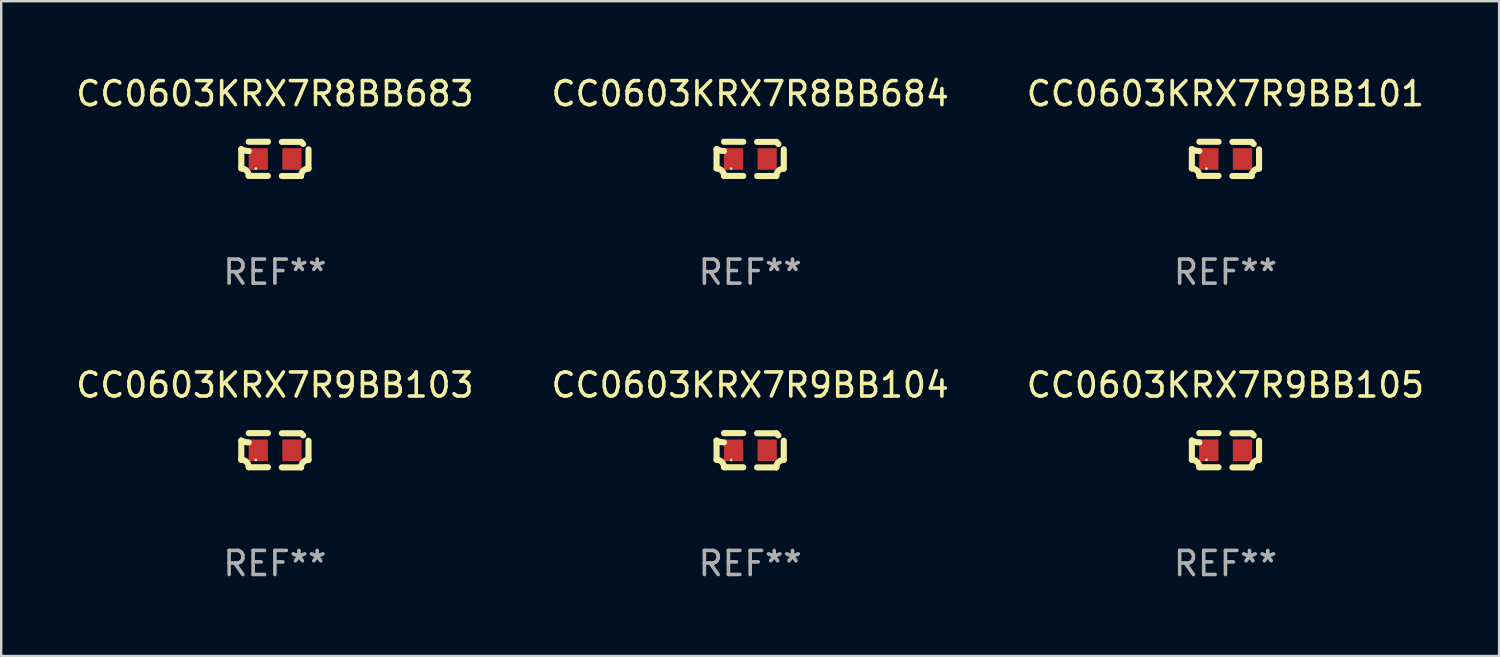
<source format=kicad_pcb>
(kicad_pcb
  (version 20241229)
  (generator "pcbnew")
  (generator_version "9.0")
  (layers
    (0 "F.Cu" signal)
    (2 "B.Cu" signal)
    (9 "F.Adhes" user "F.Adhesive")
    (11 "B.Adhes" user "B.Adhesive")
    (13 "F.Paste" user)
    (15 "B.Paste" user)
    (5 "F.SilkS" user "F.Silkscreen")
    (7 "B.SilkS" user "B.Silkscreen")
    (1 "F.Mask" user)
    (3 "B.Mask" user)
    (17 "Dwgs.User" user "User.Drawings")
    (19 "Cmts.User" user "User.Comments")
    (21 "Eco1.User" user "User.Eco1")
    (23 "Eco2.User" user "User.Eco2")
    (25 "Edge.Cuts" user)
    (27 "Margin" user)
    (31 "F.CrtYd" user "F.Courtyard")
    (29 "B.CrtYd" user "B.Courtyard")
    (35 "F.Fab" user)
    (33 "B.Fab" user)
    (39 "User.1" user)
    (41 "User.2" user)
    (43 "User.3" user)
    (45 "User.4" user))
  (footprint "CC0603KRX7R9BB103"
    (layer "F.Cu")
    (at 8.387 15.683)
    (property "Reference" "CC0603KRX7R9BB103" (at 0 -2.713 0) (layer "F.SilkS") (effects (font (size 1 1) (thickness 0.15))))
    (attr through_hole)
    (fp_line (start -1.398 -0.403) (end -1.398 0.397) (stroke (width 0.254) (type solid)) (layer "F.SilkS"))
    (fp_line (start -0.288 -0.713) (end -1.088 -0.713) (stroke (width 0.254) (type solid)) (layer "F.SilkS"))
    (fp_line (start -0.288 0.707) (end -1.088 0.707) (stroke (width 0.254) (type solid)) (layer "F.SilkS"))
    (fp_line (start 0.288 -0.707) (end 1.088 -0.707) (stroke (width 0.254) (type solid)) (layer "F.SilkS"))
    (fp_line (start 0.288 0.713) (end 1.088 0.713) (stroke (width 0.254) (type solid)) (layer "F.SilkS"))
    (fp_line (start 1.398 -0.397) (end 1.398 0.403) (stroke (width 0.254) (type solid)) (layer "F.SilkS"))
    (fp_arc (start -1.397789 0.397066) (mid -1.178701 0.487826) (end -1.08796 0.706922) (stroke (width 0.254001) (type solid)) (layer "F.SilkS"))
    (fp_arc (start -1.08796 -0.327176) (mid -1.247436 -0.346384) (end -1.39779 -0.402908) (stroke (width 0.254001) (type solid)) (layer "F.SilkS"))
    (fp_arc (start 1.087909 0.712738) (mid 1.178656 0.493655) (end 1.397739 0.402908) (stroke (width 0.254001) (type solid)) (layer "F.SilkS"))
    (fp_arc (start 1.175925 -0.618926) (mid 1.131917 -0.662923) (end 1.08791 -0.706922) (stroke (width 0.254001) (type solid)) (layer "F.SilkS"))
    (fp_circle (center -0.792 0.403) (end -0.762 0.403) (stroke (width 0.06) (type solid)) (fill no) (layer "F.SilkS"))
    (fp_text user "REF**" (at 0 4.713 0) (layer "F.Fab") (effects (font (size 1 1) (thickness 0.15))))
    (pad "1" smd rect (at -0.692 0.003) (size 0.8 0.9) (layers "F.Cu" "F.Mask" "F.Paste"))
    (pad "2" smd rect (at 0.708 0.003) (size 0.8 0.9) (layers "F.Cu" "F.Mask" "F.Paste")))
  (footprint "CC0603KRX7R8BB684"
    (layer "F.Cu")
    (at 28.161 3.561)
    (property "Reference" "CC0603KRX7R8BB684" (at 0 -2.713 0) (layer "F.SilkS") (effects (font (size 1 1) (thickness 0.15))))
    (attr through_hole)
    (fp_line (start -1.398 -0.403) (end -1.398 0.397) (stroke (width 0.254) (type solid)) (layer "F.SilkS"))
    (fp_line (start -0.288 -0.713) (end -1.088 -0.713) (stroke (width 0.254) (type solid)) (layer "F.SilkS"))
    (fp_line (start -0.288 0.707) (end -1.088 0.707) (stroke (width 0.254) (type solid)) (layer "F.SilkS"))
    (fp_line (start 0.288 -0.707) (end 1.088 -0.707) (stroke (width 0.254) (type solid)) (layer "F.SilkS"))
    (fp_line (start 0.288 0.713) (end 1.088 0.713) (stroke (width 0.254) (type solid)) (layer "F.SilkS"))
    (fp_line (start 1.398 -0.397) (end 1.398 0.403) (stroke (width 0.254) (type solid)) (layer "F.SilkS"))
    (fp_arc (start -1.397789 0.397066) (mid -1.178701 0.487826) (end -1.08796 0.706922) (stroke (width 0.254001) (type solid)) (layer "F.SilkS"))
    (fp_arc (start -1.08796 -0.327176) (mid -1.247436 -0.346384) (end -1.39779 -0.402908) (stroke (width 0.254001) (type solid)) (layer "F.SilkS"))
    (fp_arc (start 1.087909 0.712738) (mid 1.178656 0.493655) (end 1.397739 0.402908) (stroke (width 0.254001) (type solid)) (layer "F.SilkS"))
    (fp_arc (start 1.175925 -0.618926) (mid 1.131917 -0.662923) (end 1.08791 -0.706922) (stroke (width 0.254001) (type solid)) (layer "F.SilkS"))
    (fp_circle (center -0.792 0.403) (end -0.762 0.403) (stroke (width 0.06) (type solid)) (fill no) (layer "F.SilkS"))
    (fp_text user "REF**" (at 0 4.713 0) (layer "F.Fab") (effects (font (size 1 1) (thickness 0.15))))
    (pad "1" smd rect (at -0.692 0.003) (size 0.8 0.9) (layers "F.Cu" "F.Mask" "F.Paste"))
    (pad "2" smd rect (at 0.708 0.003) (size 0.8 0.9) (layers "F.Cu" "F.Mask" "F.Paste")))
  (footprint "CC0603KRX7R9BB105"
    (layer "F.Cu")
    (at 47.935 15.683)
    (property "Reference" "CC0603KRX7R9BB105" (at 0 -2.713 0) (layer "F.SilkS") (effects (font (size 1 1) (thickness 0.15))))
    (attr through_hole)
    (fp_line (start -1.398 -0.403) (end -1.398 0.397) (stroke (width 0.254) (type solid)) (layer "F.SilkS"))
    (fp_line (start -0.288 -0.713) (end -1.088 -0.713) (stroke (width 0.254) (type solid)) (layer "F.SilkS"))
    (fp_line (start -0.288 0.707) (end -1.088 0.707) (stroke (width 0.254) (type solid)) (layer "F.SilkS"))
    (fp_line (start 0.288 -0.707) (end 1.088 -0.707) (stroke (width 0.254) (type solid)) (layer "F.SilkS"))
    (fp_line (start 0.288 0.713) (end 1.088 0.713) (stroke (width 0.254) (type solid)) (layer "F.SilkS"))
    (fp_line (start 1.398 -0.397) (end 1.398 0.403) (stroke (width 0.254) (type solid)) (layer "F.SilkS"))
    (fp_arc (start -1.397789 0.397066) (mid -1.178701 0.487826) (end -1.08796 0.706922) (stroke (width 0.254001) (type solid)) (layer "F.SilkS"))
    (fp_arc (start -1.08796 -0.327176) (mid -1.247436 -0.346384) (end -1.39779 -0.402908) (stroke (width 0.254001) (type solid)) (layer "F.SilkS"))
    (fp_arc (start 1.087909 0.712738) (mid 1.178656 0.493655) (end 1.397739 0.402908) (stroke (width 0.254001) (type solid)) (layer "F.SilkS"))
    (fp_arc (start 1.175925 -0.618926) (mid 1.131917 -0.662923) (end 1.08791 -0.706922) (stroke (width 0.254001) (type solid)) (layer "F.SilkS"))
    (fp_circle (center -0.792 0.403) (end -0.762 0.403) (stroke (width 0.06) (type solid)) (fill no) (layer "F.SilkS"))
    (fp_text user "REF**" (at 0 4.713 0) (layer "F.Fab") (effects (font (size 1 1) (thickness 0.15))))
    (pad "1" smd rect (at -0.692 0.003) (size 0.8 0.9) (layers "F.Cu" "F.Mask" "F.Paste"))
    (pad "2" smd rect (at 0.708 0.003) (size 0.8 0.9) (layers "F.Cu" "F.Mask" "F.Paste")))
  (footprint "CC0603KRX7R8BB683"
    (layer "F.Cu")
    (at 8.387 3.561)
    (property "Reference" "CC0603KRX7R8BB683" (at 0 -2.713 0) (layer "F.SilkS") (effects (font (size 1 1) (thickness 0.15))))
    (attr through_hole)
    (fp_line (start -1.398 -0.403) (end -1.398 0.397) (stroke (width 0.254) (type solid)) (layer "F.SilkS"))
    (fp_line (start -0.288 -0.713) (end -1.088 -0.713) (stroke (width 0.254) (type solid)) (layer "F.SilkS"))
    (fp_line (start -0.288 0.707) (end -1.088 0.707) (stroke (width 0.254) (type solid)) (layer "F.SilkS"))
    (fp_line (start 0.288 -0.707) (end 1.088 -0.707) (stroke (width 0.254) (type solid)) (layer "F.SilkS"))
    (fp_line (start 0.288 0.713) (end 1.088 0.713) (stroke (width 0.254) (type solid)) (layer "F.SilkS"))
    (fp_line (start 1.398 -0.397) (end 1.398 0.403) (stroke (width 0.254) (type solid)) (layer "F.SilkS"))
    (fp_arc (start -1.397789 0.397066) (mid -1.178701 0.487826) (end -1.08796 0.706922) (stroke (width 0.254001) (type solid)) (layer "F.SilkS"))
    (fp_arc (start -1.08796 -0.327176) (mid -1.247436 -0.346384) (end -1.39779 -0.402908) (stroke (width 0.254001) (type solid)) (layer "F.SilkS"))
    (fp_arc (start 1.087909 0.712738) (mid 1.178656 0.493655) (end 1.397739 0.402908) (stroke (width 0.254001) (type solid)) (layer "F.SilkS"))
    (fp_arc (start 1.175925 -0.618926) (mid 1.131917 -0.662923) (end 1.08791 -0.706922) (stroke (width 0.254001) (type solid)) (layer "F.SilkS"))
    (fp_circle (center -0.792 0.403) (end -0.762 0.403) (stroke (width 0.06) (type solid)) (fill no) (layer "F.SilkS"))
    (fp_text user "REF**" (at 0 4.713 0) (layer "F.Fab") (effects (font (size 1 1) (thickness 0.15))))
    (pad "1" smd rect (at -0.692 0.003) (size 0.8 0.9) (layers "F.Cu" "F.Mask" "F.Paste"))
    (pad "2" smd rect (at 0.708 0.003) (size 0.8 0.9) (layers "F.Cu" "F.Mask" "F.Paste")))
  (footprint "CC0603KRX7R9BB104"
    (layer "F.Cu")
    (at 28.161 15.683)
    (property "Reference" "CC0603KRX7R9BB104" (at 0 -2.713 0) (layer "F.SilkS") (effects (font (size 1 1) (thickness 0.15))))
    (attr through_hole)
    (fp_line (start -1.398 -0.403) (end -1.398 0.397) (stroke (width 0.254) (type solid)) (layer "F.SilkS"))
    (fp_line (start -0.288 -0.713) (end -1.088 -0.713) (stroke (width 0.254) (type solid)) (layer "F.SilkS"))
    (fp_line (start -0.288 0.707) (end -1.088 0.707) (stroke (width 0.254) (type solid)) (layer "F.SilkS"))
    (fp_line (start 0.288 -0.707) (end 1.088 -0.707) (stroke (width 0.254) (type solid)) (layer "F.SilkS"))
    (fp_line (start 0.288 0.713) (end 1.088 0.713) (stroke (width 0.254) (type solid)) (layer "F.SilkS"))
    (fp_line (start 1.398 -0.397) (end 1.398 0.403) (stroke (width 0.254) (type solid)) (layer "F.SilkS"))
    (fp_arc (start -1.397789 0.397066) (mid -1.178701 0.487826) (end -1.08796 0.706922) (stroke (width 0.254001) (type solid)) (layer "F.SilkS"))
    (fp_arc (start -1.08796 -0.327176) (mid -1.247436 -0.346384) (end -1.39779 -0.402908) (stroke (width 0.254001) (type solid)) (layer "F.SilkS"))
    (fp_arc (start 1.087909 0.712738) (mid 1.178656 0.493655) (end 1.397739 0.402908) (stroke (width 0.254001) (type solid)) (layer "F.SilkS"))
    (fp_arc (start 1.175925 -0.618926) (mid 1.131917 -0.662923) (end 1.08791 -0.706922) (stroke (width 0.254001) (type solid)) (layer "F.SilkS"))
    (fp_circle (center -0.792 0.403) (end -0.762 0.403) (stroke (width 0.06) (type solid)) (fill no) (layer "F.SilkS"))
    (fp_text user "REF**" (at 0 4.713 0) (layer "F.Fab") (effects (font (size 1 1) (thickness 0.15))))
    (pad "1" smd rect (at -0.692 0.003) (size 0.8 0.9) (layers "F.Cu" "F.Mask" "F.Paste"))
    (pad "2" smd rect (at 0.708 0.003) (size 0.8 0.9) (layers "F.Cu" "F.Mask" "F.Paste")))
  (footprint "CC0603KRX7R9BB101"
    (layer "F.Cu")
    (at 47.935 3.561)
    (property "Reference" "CC0603KRX7R9BB101" (at 0 -2.713 0) (layer "F.SilkS") (effects (font (size 1 1) (thickness 0.15))))
    (attr through_hole)
    (fp_line (start -1.398 -0.403) (end -1.398 0.397) (stroke (width 0.254) (type solid)) (layer "F.SilkS"))
    (fp_line (start -0.288 -0.713) (end -1.088 -0.713) (stroke (width 0.254) (type solid)) (layer "F.SilkS"))
    (fp_line (start -0.288 0.707) (end -1.088 0.707) (stroke (width 0.254) (type solid)) (layer "F.SilkS"))
    (fp_line (start 0.288 -0.707) (end 1.088 -0.707) (stroke (width 0.254) (type solid)) (layer "F.SilkS"))
    (fp_line (start 0.288 0.713) (end 1.088 0.713) (stroke (width 0.254) (type solid)) (layer "F.SilkS"))
    (fp_line (start 1.398 -0.397) (end 1.398 0.403) (stroke (width 0.254) (type solid)) (layer "F.SilkS"))
    (fp_arc (start -1.397789 0.397066) (mid -1.178701 0.487826) (end -1.08796 0.706922) (stroke (width 0.254001) (type solid)) (layer "F.SilkS"))
    (fp_arc (start -1.08796 -0.327176) (mid -1.247436 -0.346384) (end -1.39779 -0.402908) (stroke (width 0.254001) (type solid)) (layer "F.SilkS"))
    (fp_arc (start 1.087909 0.712738) (mid 1.178656 0.493655) (end 1.397739 0.402908) (stroke (width 0.254001) (type solid)) (layer "F.SilkS"))
    (fp_arc (start 1.175925 -0.618926) (mid 1.131917 -0.662923) (end 1.08791 -0.706922) (stroke (width 0.254001) (type solid)) (layer "F.SilkS"))
    (fp_circle (center -0.792 0.403) (end -0.762 0.403) (stroke (width 0.06) (type solid)) (fill no) (layer "F.SilkS"))
    (fp_text user "REF**" (at 0 4.713 0) (layer "F.Fab") (effects (font (size 1 1) (thickness 0.15))))
    (pad "1" smd rect (at -0.692 0.003) (size 0.8 0.9) (layers "F.Cu" "F.Mask" "F.Paste"))
    (pad "2" smd rect (at 0.708 0.003) (size 0.8 0.9) (layers "F.Cu" "F.Mask" "F.Paste")))
  (gr_rect
    (start -3 -3)
    (end 59.321 24.244)
    (stroke (width 0.1) (type default))
    (fill no)
    (layer "Edge.Cuts")))
</source>
